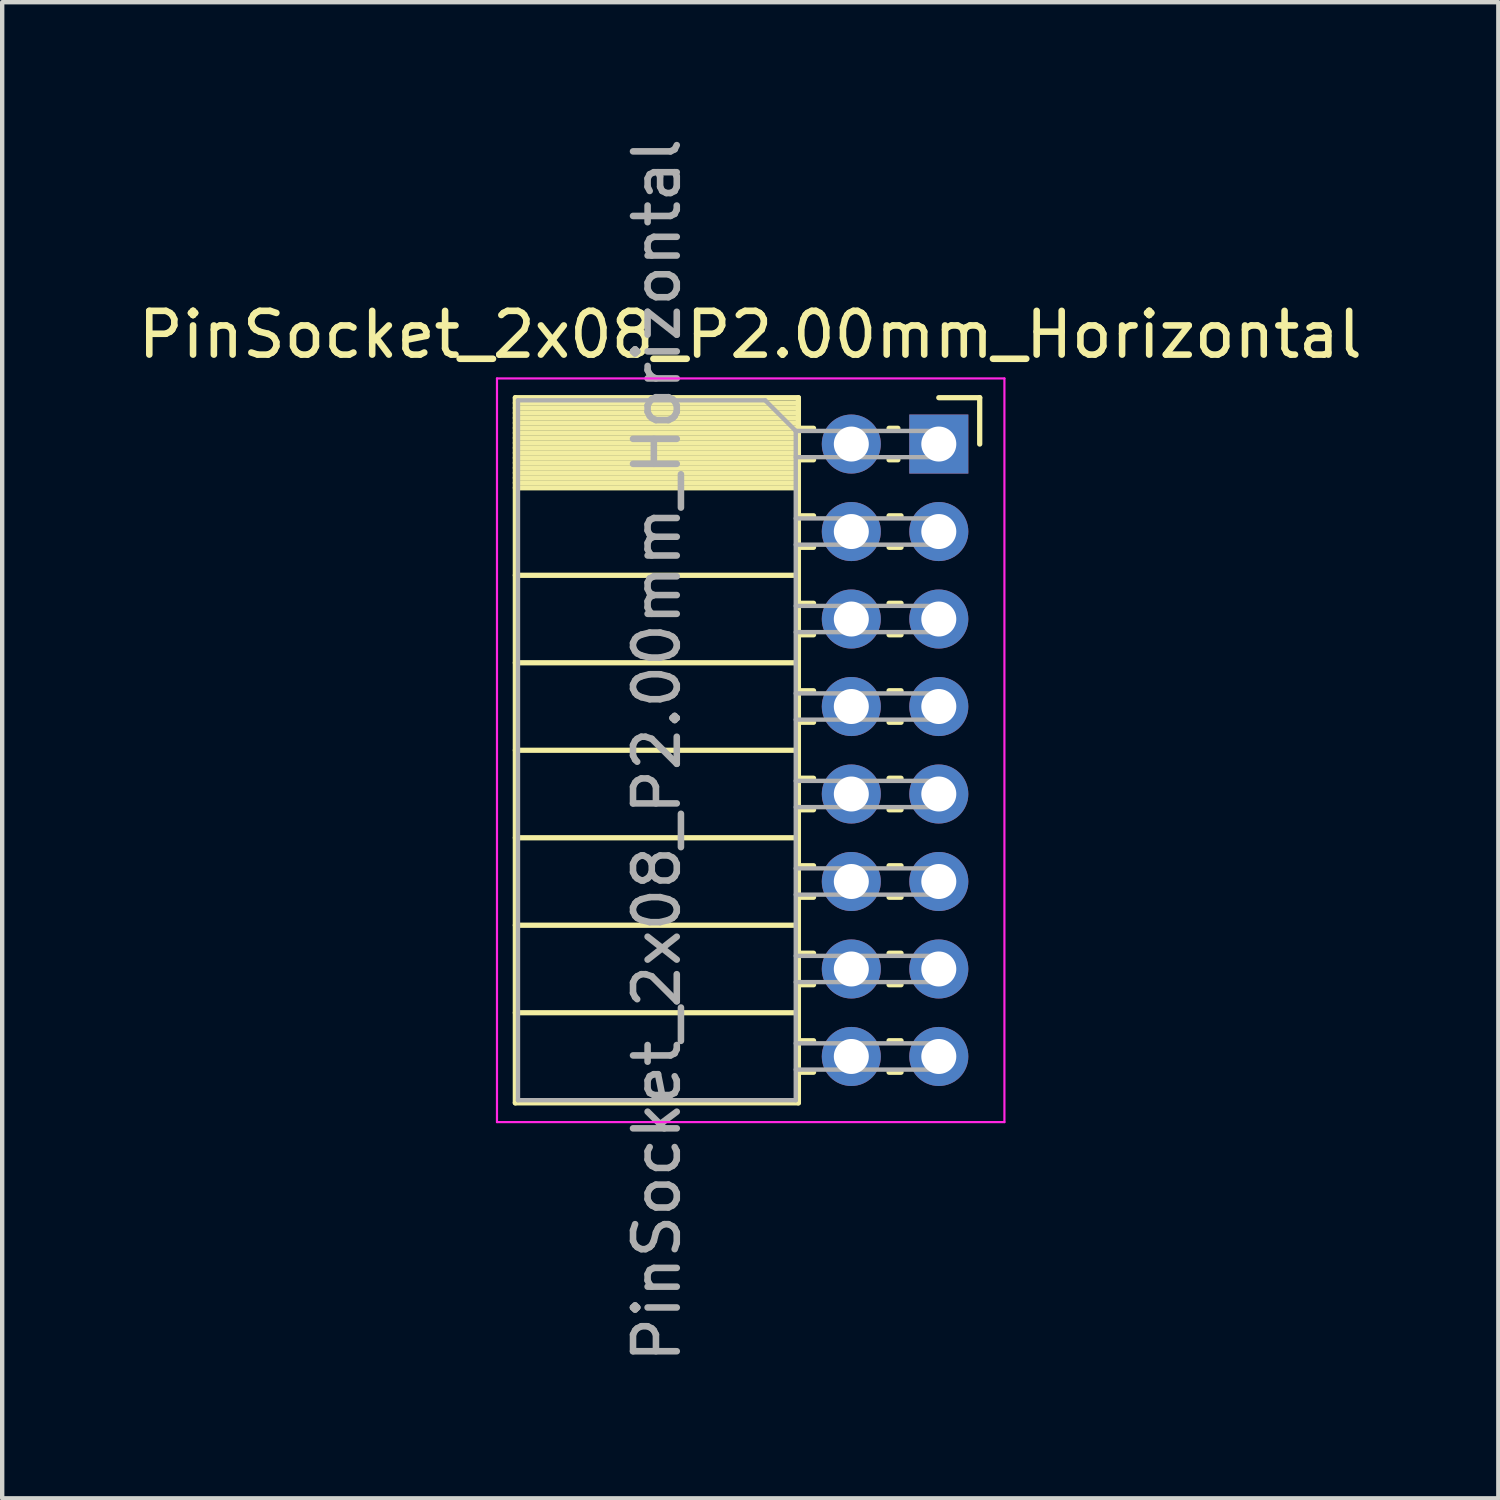
<source format=kicad_pcb>
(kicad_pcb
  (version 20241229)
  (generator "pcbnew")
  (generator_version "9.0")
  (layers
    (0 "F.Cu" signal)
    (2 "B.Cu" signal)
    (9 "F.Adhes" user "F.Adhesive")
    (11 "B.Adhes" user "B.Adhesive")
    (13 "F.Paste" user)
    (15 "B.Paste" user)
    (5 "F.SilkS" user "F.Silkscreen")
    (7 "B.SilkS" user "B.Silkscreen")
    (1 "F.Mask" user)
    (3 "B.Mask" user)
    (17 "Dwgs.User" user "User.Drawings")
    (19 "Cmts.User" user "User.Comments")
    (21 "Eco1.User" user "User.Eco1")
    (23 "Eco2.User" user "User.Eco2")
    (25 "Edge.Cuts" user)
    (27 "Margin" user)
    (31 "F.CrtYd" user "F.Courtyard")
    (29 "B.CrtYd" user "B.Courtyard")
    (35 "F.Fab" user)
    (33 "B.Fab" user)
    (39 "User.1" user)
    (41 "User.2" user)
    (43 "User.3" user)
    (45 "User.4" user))
  (footprint "PinSocket_2x08_P2.00mm_Horizontal"
    (layer "F.Cu")
    (at 18.411 7.101)
    (property "Reference" "PinSocket_2x08_P2.00mm_Horizontal" (at -4.31 -2.5 0) (layer "F.SilkS") (effects (font (size 1 1) (thickness 0.15))))
    (attr through_hole)
    (fp_line (start -9.68 -1.06) (end -9.68 15.06) (stroke (width 0.12) (type solid)) (layer "F.SilkS"))
    (fp_line (start -9.68 -1.06) (end -3.21 -1.06) (stroke (width 0.12) (type solid)) (layer "F.SilkS"))
    (fp_line (start -9.68 -0.94) (end -3.21 -0.94) (stroke (width 0.12) (type solid)) (layer "F.SilkS"))
    (fp_line (start -9.68 -0.826) (end -3.21 -0.826) (stroke (width 0.12) (type solid)) (layer "F.SilkS"))
    (fp_line (start -9.68 -0.712) (end -3.21 -0.712) (stroke (width 0.12) (type solid)) (layer "F.SilkS"))
    (fp_line (start -9.68 -0.598) (end -3.21 -0.598) (stroke (width 0.12) (type solid)) (layer "F.SilkS"))
    (fp_line (start -9.68 -0.484) (end -3.21 -0.484) (stroke (width 0.12) (type solid)) (layer "F.SilkS"))
    (fp_line (start -9.68 -0.369) (end -3.21 -0.369) (stroke (width 0.12) (type solid)) (layer "F.SilkS"))
    (fp_line (start -9.68 -0.255) (end -3.21 -0.255) (stroke (width 0.12) (type solid)) (layer "F.SilkS"))
    (fp_line (start -9.68 -0.141) (end -3.21 -0.141) (stroke (width 0.12) (type solid)) (layer "F.SilkS"))
    (fp_line (start -9.68 -0.027) (end -3.21 -0.027) (stroke (width 0.12) (type solid)) (layer "F.SilkS"))
    (fp_line (start -9.68 0.087) (end -3.21 0.087) (stroke (width 0.12) (type solid)) (layer "F.SilkS"))
    (fp_line (start -9.68 0.201) (end -3.21 0.201) (stroke (width 0.12) (type solid)) (layer "F.SilkS"))
    (fp_line (start -9.68 0.315) (end -3.21 0.315) (stroke (width 0.12) (type solid)) (layer "F.SilkS"))
    (fp_line (start -9.68 0.429) (end -3.21 0.429) (stroke (width 0.12) (type solid)) (layer "F.SilkS"))
    (fp_line (start -9.68 0.544) (end -3.21 0.544) (stroke (width 0.12) (type solid)) (layer "F.SilkS"))
    (fp_line (start -9.68 0.658) (end -3.21 0.658) (stroke (width 0.12) (type solid)) (layer "F.SilkS"))
    (fp_line (start -9.68 0.772) (end -3.21 0.772) (stroke (width 0.12) (type solid)) (layer "F.SilkS"))
    (fp_line (start -9.68 0.886) (end -3.21 0.886) (stroke (width 0.12) (type solid)) (layer "F.SilkS"))
    (fp_line (start -9.68 1) (end -3.21 1) (stroke (width 0.12) (type solid)) (layer "F.SilkS"))
    (fp_line (start -9.68 3) (end -3.21 3) (stroke (width 0.12) (type solid)) (layer "F.SilkS"))
    (fp_line (start -9.68 5) (end -3.21 5) (stroke (width 0.12) (type solid)) (layer "F.SilkS"))
    (fp_line (start -9.68 7) (end -3.21 7) (stroke (width 0.12) (type solid)) (layer "F.SilkS"))
    (fp_line (start -9.68 9) (end -3.21 9) (stroke (width 0.12) (type solid)) (layer "F.SilkS"))
    (fp_line (start -9.68 11) (end -3.21 11) (stroke (width 0.12) (type solid)) (layer "F.SilkS"))
    (fp_line (start -9.68 13) (end -3.21 13) (stroke (width 0.12) (type solid)) (layer "F.SilkS"))
    (fp_line (start -9.68 15.06) (end -3.21 15.06) (stroke (width 0.12) (type solid)) (layer "F.SilkS"))
    (fp_line (start -3.21 -1.06) (end -3.21 15.06) (stroke (width 0.12) (type solid)) (layer "F.SilkS"))
    (fp_line (start -3.21 -0.36) (end -2.863 -0.36) (stroke (width 0.12) (type solid)) (layer "F.SilkS"))
    (fp_line (start -3.21 0.36) (end -2.863 0.36) (stroke (width 0.12) (type solid)) (layer "F.SilkS"))
    (fp_line (start -3.21 1.64) (end -2.863 1.64) (stroke (width 0.12) (type solid)) (layer "F.SilkS"))
    (fp_line (start -3.21 2.36) (end -2.863 2.36) (stroke (width 0.12) (type solid)) (layer "F.SilkS"))
    (fp_line (start -3.21 3.64) (end -2.863 3.64) (stroke (width 0.12) (type solid)) (layer "F.SilkS"))
    (fp_line (start -3.21 4.36) (end -2.863 4.36) (stroke (width 0.12) (type solid)) (layer "F.SilkS"))
    (fp_line (start -3.21 5.64) (end -2.863 5.64) (stroke (width 0.12) (type solid)) (layer "F.SilkS"))
    (fp_line (start -3.21 6.36) (end -2.863 6.36) (stroke (width 0.12) (type solid)) (layer "F.SilkS"))
    (fp_line (start -3.21 7.64) (end -2.863 7.64) (stroke (width 0.12) (type solid)) (layer "F.SilkS"))
    (fp_line (start -3.21 8.36) (end -2.863 8.36) (stroke (width 0.12) (type solid)) (layer "F.SilkS"))
    (fp_line (start -3.21 9.64) (end -2.863 9.64) (stroke (width 0.12) (type solid)) (layer "F.SilkS"))
    (fp_line (start -3.21 10.36) (end -2.863 10.36) (stroke (width 0.12) (type solid)) (layer "F.SilkS"))
    (fp_line (start -3.21 11.64) (end -2.863 11.64) (stroke (width 0.12) (type solid)) (layer "F.SilkS"))
    (fp_line (start -3.21 12.36) (end -2.863 12.36) (stroke (width 0.12) (type solid)) (layer "F.SilkS"))
    (fp_line (start -3.21 13.64) (end -2.863 13.64) (stroke (width 0.12) (type solid)) (layer "F.SilkS"))
    (fp_line (start -3.21 14.36) (end -2.863 14.36) (stroke (width 0.12) (type solid)) (layer "F.SilkS"))
    (fp_line (start -1.137 -0.36) (end -0.935 -0.36) (stroke (width 0.12) (type solid)) (layer "F.SilkS"))
    (fp_line (start -1.137 0.36) (end -0.935 0.36) (stroke (width 0.12) (type solid)) (layer "F.SilkS"))
    (fp_line (start -1.137 1.64) (end -0.863 1.64) (stroke (width 0.12) (type solid)) (layer "F.SilkS"))
    (fp_line (start -1.137 2.36) (end -0.863 2.36) (stroke (width 0.12) (type solid)) (layer "F.SilkS"))
    (fp_line (start -1.137 3.64) (end -0.863 3.64) (stroke (width 0.12) (type solid)) (layer "F.SilkS"))
    (fp_line (start -1.137 4.36) (end -0.863 4.36) (stroke (width 0.12) (type solid)) (layer "F.SilkS"))
    (fp_line (start -1.137 5.64) (end -0.863 5.64) (stroke (width 0.12) (type solid)) (layer "F.SilkS"))
    (fp_line (start -1.137 6.36) (end -0.863 6.36) (stroke (width 0.12) (type solid)) (layer "F.SilkS"))
    (fp_line (start -1.137 7.64) (end -0.863 7.64) (stroke (width 0.12) (type solid)) (layer "F.SilkS"))
    (fp_line (start -1.137 8.36) (end -0.863 8.36) (stroke (width 0.12) (type solid)) (layer "F.SilkS"))
    (fp_line (start -1.137 9.64) (end -0.863 9.64) (stroke (width 0.12) (type solid)) (layer "F.SilkS"))
    (fp_line (start -1.137 10.36) (end -0.863 10.36) (stroke (width 0.12) (type solid)) (layer "F.SilkS"))
    (fp_line (start -1.137 11.64) (end -0.863 11.64) (stroke (width 0.12) (type solid)) (layer "F.SilkS"))
    (fp_line (start -1.137 12.36) (end -0.863 12.36) (stroke (width 0.12) (type solid)) (layer "F.SilkS"))
    (fp_line (start -1.137 13.64) (end -0.863 13.64) (stroke (width 0.12) (type solid)) (layer "F.SilkS"))
    (fp_line (start -1.137 14.36) (end -0.863 14.36) (stroke (width 0.12) (type solid)) (layer "F.SilkS"))
    (fp_line (start 0 -1.06) (end 0.935 -1.06) (stroke (width 0.12) (type solid)) (layer "F.SilkS"))
    (fp_line (start 0.935 -1.06) (end 0.935 0) (stroke (width 0.12) (type solid)) (layer "F.SilkS"))
    (fp_line (start -10.1 -1.5) (end -10.1 15.5) (stroke (width 0.05) (type solid)) (layer "F.CrtYd"))
    (fp_line (start -10.1 15.5) (end 1.5 15.5) (stroke (width 0.05) (type solid)) (layer "F.CrtYd"))
    (fp_line (start 1.5 -1.5) (end -10.1 -1.5) (stroke (width 0.05) (type solid)) (layer "F.CrtYd"))
    (fp_line (start 1.5 15.5) (end 1.5 -1.5) (stroke (width 0.05) (type solid)) (layer "F.CrtYd"))
    (fp_line (start -9.62 -1) (end -3.97 -1) (stroke (width 0.1) (type solid)) (layer "F.Fab"))
    (fp_line (start -9.62 15) (end -9.62 -1) (stroke (width 0.1) (type solid)) (layer "F.Fab"))
    (fp_line (start -3.97 -1) (end -3.27 -0.3) (stroke (width 0.1) (type solid)) (layer "F.Fab"))
    (fp_line (start -3.27 -0.3) (end -3.27 15) (stroke (width 0.1) (type solid)) (layer "F.Fab"))
    (fp_line (start -3.27 0.3) (end 0 0.3) (stroke (width 0.1) (type solid)) (layer "F.Fab"))
    (fp_line (start -3.27 2.3) (end 0 2.3) (stroke (width 0.1) (type solid)) (layer "F.Fab"))
    (fp_line (start -3.27 4.3) (end 0 4.3) (stroke (width 0.1) (type solid)) (layer "F.Fab"))
    (fp_line (start -3.27 6.3) (end 0 6.3) (stroke (width 0.1) (type solid)) (layer "F.Fab"))
    (fp_line (start -3.27 8.3) (end 0 8.3) (stroke (width 0.1) (type solid)) (layer "F.Fab"))
    (fp_line (start -3.27 10.3) (end 0 10.3) (stroke (width 0.1) (type solid)) (layer "F.Fab"))
    (fp_line (start -3.27 12.3) (end 0 12.3) (stroke (width 0.1) (type solid)) (layer "F.Fab"))
    (fp_line (start -3.27 14.3) (end 0 14.3) (stroke (width 0.1) (type solid)) (layer "F.Fab"))
    (fp_line (start -3.27 15) (end -9.62 15) (stroke (width 0.1) (type solid)) (layer "F.Fab"))
    (fp_line (start 0 -0.3) (end -3.27 -0.3) (stroke (width 0.1) (type solid)) (layer "F.Fab"))
    (fp_line (start 0 0.3) (end 0 -0.3) (stroke (width 0.1) (type solid)) (layer "F.Fab"))
    (fp_line (start 0 1.7) (end -3.27 1.7) (stroke (width 0.1) (type solid)) (layer "F.Fab"))
    (fp_line (start 0 2.3) (end 0 1.7) (stroke (width 0.1) (type solid)) (layer "F.Fab"))
    (fp_line (start 0 3.7) (end -3.27 3.7) (stroke (width 0.1) (type solid)) (layer "F.Fab"))
    (fp_line (start 0 4.3) (end 0 3.7) (stroke (width 0.1) (type solid)) (layer "F.Fab"))
    (fp_line (start 0 5.7) (end -3.27 5.7) (stroke (width 0.1) (type solid)) (layer "F.Fab"))
    (fp_line (start 0 6.3) (end 0 5.7) (stroke (width 0.1) (type solid)) (layer "F.Fab"))
    (fp_line (start 0 7.7) (end -3.27 7.7) (stroke (width 0.1) (type solid)) (layer "F.Fab"))
    (fp_line (start 0 8.3) (end 0 7.7) (stroke (width 0.1) (type solid)) (layer "F.Fab"))
    (fp_line (start 0 9.7) (end -3.27 9.7) (stroke (width 0.1) (type solid)) (layer "F.Fab"))
    (fp_line (start 0 10.3) (end 0 9.7) (stroke (width 0.1) (type solid)) (layer "F.Fab"))
    (fp_line (start 0 11.7) (end -3.27 11.7) (stroke (width 0.1) (type solid)) (layer "F.Fab"))
    (fp_line (start 0 12.3) (end 0 11.7) (stroke (width 0.1) (type solid)) (layer "F.Fab"))
    (fp_line (start 0 13.7) (end -3.27 13.7) (stroke (width 0.1) (type solid)) (layer "F.Fab"))
    (fp_line (start 0 14.3) (end 0 13.7) (stroke (width 0.1) (type solid)) (layer "F.Fab"))
    (fp_text user "${REFERENCE}" (at -6.445 7 90) (layer "F.Fab") (effects (font (size 1 1) (thickness 0.15))))
    (pad "1" thru_hole rect (at 0 0) (size 1.35 1.35) (drill 0.8) (layers "*.Cu" "*.Mask"))
    (pad "2" thru_hole circle (at -2 0) (size 1.35 1.35) (drill 0.8) (layers "*.Cu" "*.Mask"))
    (pad "3" thru_hole circle (at 0 2) (size 1.35 1.35) (drill 0.8) (layers "*.Cu" "*.Mask"))
    (pad "4" thru_hole circle (at -2 2) (size 1.35 1.35) (drill 0.8) (layers "*.Cu" "*.Mask"))
    (pad "5" thru_hole circle (at 0 4) (size 1.35 1.35) (drill 0.8) (layers "*.Cu" "*.Mask"))
    (pad "6" thru_hole circle (at -2 4) (size 1.35 1.35) (drill 0.8) (layers "*.Cu" "*.Mask"))
    (pad "7" thru_hole circle (at 0 6) (size 1.35 1.35) (drill 0.8) (layers "*.Cu" "*.Mask"))
    (pad "8" thru_hole circle (at -2 6) (size 1.35 1.35) (drill 0.8) (layers "*.Cu" "*.Mask"))
    (pad "9" thru_hole circle (at 0 8) (size 1.35 1.35) (drill 0.8) (layers "*.Cu" "*.Mask"))
    (pad "10" thru_hole circle (at -2 8) (size 1.35 1.35) (drill 0.8) (layers "*.Cu" "*.Mask"))
    (pad "11" thru_hole circle (at 0 10) (size 1.35 1.35) (drill 0.8) (layers "*.Cu" "*.Mask"))
    (pad "12" thru_hole circle (at -2 10) (size 1.35 1.35) (drill 0.8) (layers "*.Cu" "*.Mask"))
    (pad "13" thru_hole circle (at 0 12) (size 1.35 1.35) (drill 0.8) (layers "*.Cu" "*.Mask"))
    (pad "14" thru_hole circle (at -2 12) (size 1.35 1.35) (drill 0.8) (layers "*.Cu" "*.Mask"))
    (pad "15" thru_hole circle (at 0 14) (size 1.35 1.35) (drill 0.8) (layers "*.Cu" "*.Mask"))
    (pad "16" thru_hole circle (at -2 14) (size 1.35 1.35) (drill 0.8) (layers "*.Cu" "*.Mask")))
  (gr_rect
    (start -3 -3)
    (end 31.202 31.202)
    (stroke (width 0.1) (type default))
    (fill no)
    (layer "Edge.Cuts")))
</source>
